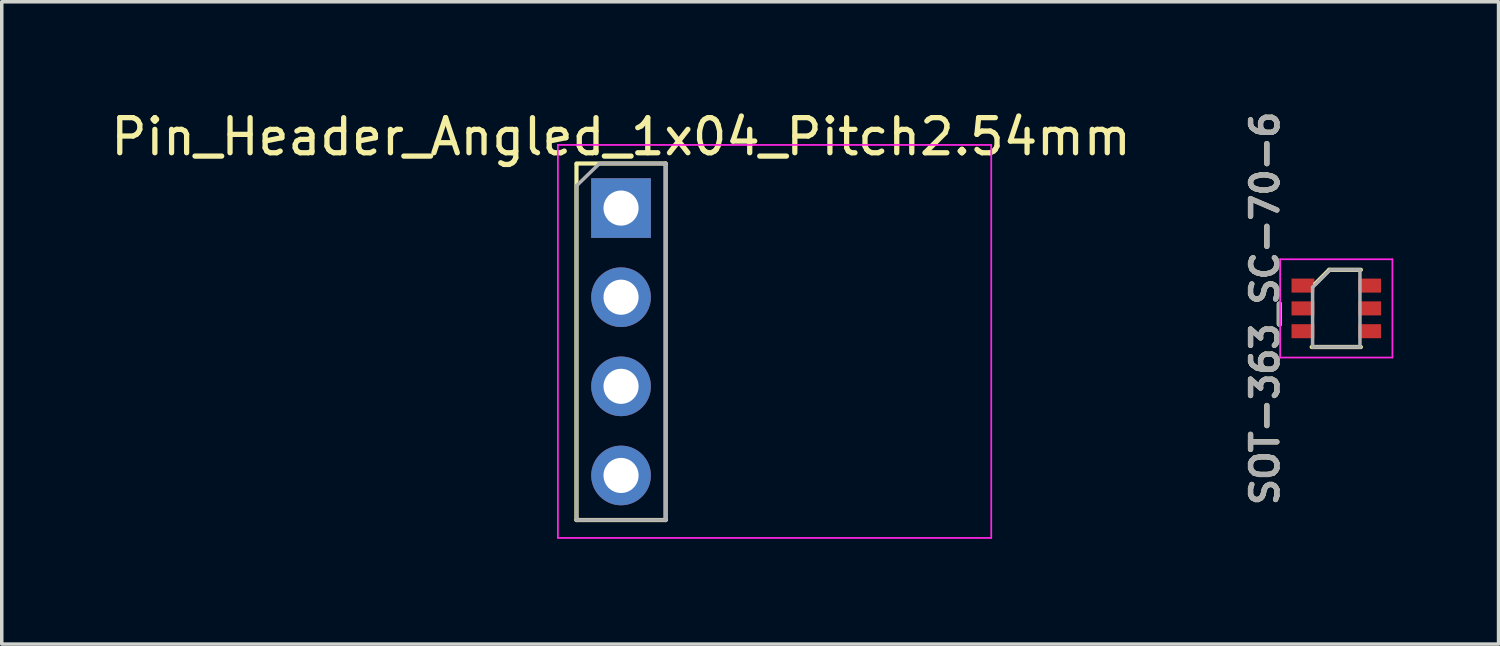
<source format=kicad_pcb>
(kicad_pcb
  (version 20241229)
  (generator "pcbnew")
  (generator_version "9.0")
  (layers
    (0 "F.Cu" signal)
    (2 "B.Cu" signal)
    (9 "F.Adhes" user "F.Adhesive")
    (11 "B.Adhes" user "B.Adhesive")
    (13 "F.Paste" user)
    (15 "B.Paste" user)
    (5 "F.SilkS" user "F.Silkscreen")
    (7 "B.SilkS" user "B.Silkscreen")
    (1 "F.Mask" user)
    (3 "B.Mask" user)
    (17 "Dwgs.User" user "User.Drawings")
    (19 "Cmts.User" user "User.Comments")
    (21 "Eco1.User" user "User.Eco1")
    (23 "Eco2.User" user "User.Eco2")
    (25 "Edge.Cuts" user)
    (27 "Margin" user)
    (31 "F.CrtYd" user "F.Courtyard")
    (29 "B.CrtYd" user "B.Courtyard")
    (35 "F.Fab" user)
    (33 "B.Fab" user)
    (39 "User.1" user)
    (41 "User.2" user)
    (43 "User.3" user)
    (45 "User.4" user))
  (footprint "SOT-363_SC-70-6"
    (layer "F.Cu")
    (at 35.032 5.739)
    (property "Reference" "SOT-363_SC-70-6" (at -2.032 0 90) (layer "F.SilkS") (effects (font (size 0.75 0.75) (thickness 0.15))))
    (attr smd)
    (fp_line (start -0.7 1.1) (end 0.7 1.1) (stroke (width 0.12) (type solid)) (layer "F.SilkS"))
    (fp_line (start -0.2 -1.1) (end -0.6 -0.7) (stroke (width 0.12) (type solid)) (layer "F.SilkS"))
    (fp_line (start 0.7 -1.1) (end -0.2 -1.1) (stroke (width 0.12) (type solid)) (layer "F.SilkS"))
    (fp_line (start -1.6 -1.4) (end -1.6 1.4) (stroke (width 0.05) (type solid)) (layer "F.CrtYd"))
    (fp_line (start -1.6 -1.4) (end 1.6 -1.4) (stroke (width 0.05) (type solid)) (layer "F.CrtYd"))
    (fp_line (start -1.6 1.4) (end 1.6 1.4) (stroke (width 0.05) (type solid)) (layer "F.CrtYd"))
    (fp_line (start 1.6 1.4) (end 1.6 -1.4) (stroke (width 0.05) (type solid)) (layer "F.CrtYd"))
    (fp_line (start -0.675 -0.6) (end -0.675 1.1) (stroke (width 0.1) (type solid)) (layer "F.Fab"))
    (fp_line (start -0.175 -1.1) (end -0.675 -0.6) (stroke (width 0.1) (type solid)) (layer "F.Fab"))
    (fp_line (start 0.675 -1.1) (end -0.175 -1.1) (stroke (width 0.1) (type solid)) (layer "F.Fab"))
    (fp_line (start 0.675 -1.1) (end 0.675 1.1) (stroke (width 0.1) (type solid)) (layer "F.Fab"))
    (fp_line (start 0.675 1.1) (end -0.675 1.1) (stroke (width 0.1) (type solid)) (layer "F.Fab"))
    (fp_text user "${REFERENCE}" (at -2.032 0 90) (layer "F.Fab") (effects (font (size 0.75 0.75) (thickness 0.15))))
    (pad "1" smd rect (at -0.95 -0.65) (size 0.65 0.4) (layers "F.Cu" "F.Mask" "F.Paste"))
    (pad "2" smd rect (at -0.95 0) (size 0.65 0.4) (layers "F.Cu" "F.Mask" "F.Paste"))
    (pad "3" smd rect (at -0.95 0.65) (size 0.65 0.4) (layers "F.Cu" "F.Mask" "F.Paste"))
    (pad "4" smd rect (at 0.95 0.65) (size 0.65 0.4) (layers "F.Cu" "F.Mask" "F.Paste"))
    (pad "5" smd rect (at 0.95 0) (size 0.65 0.4) (layers "F.Cu" "F.Mask" "F.Paste"))
    (pad "6" smd rect (at 0.95 -0.65) (size 0.65 0.4) (layers "F.Cu" "F.Mask" "F.Paste")))
  (footprint "Pin_Header_Angled_1x04_Pitch2.54mm"
    (layer "F.Cu")
    (at 14.649 2.88)
    (property "Reference" "Pin_Header_Angled_1x04_Pitch2.54mm" (at 0 -2.032 0) (layer "F.SilkS") (effects (font (size 1 1) (thickness 0.15))))
    (attr through_hole)
    (fp_line (start -1.27 -1.245) (end -1.27 8.89) (stroke (width 0.12) (type solid)) (layer "F.SilkS"))
    (fp_line (start -1.27 8.89) (end 1.27 8.89) (stroke (width 0.12) (type solid)) (layer "F.SilkS"))
    (fp_line (start 1.27 -1.27) (end -1.27 -1.27) (stroke (width 0.12) (type solid)) (layer "F.SilkS"))
    (fp_line (start 1.27 8.89) (end 1.27 -1.27) (stroke (width 0.12) (type solid)) (layer "F.SilkS"))
    (fp_line (start -1.8 -1.8) (end -1.8 9.4) (stroke (width 0.05) (type solid)) (layer "F.CrtYd"))
    (fp_line (start -1.8 9.4) (end 10.55 9.4) (stroke (width 0.05) (type solid)) (layer "F.CrtYd"))
    (fp_line (start 10.55 -1.8) (end -1.8 -1.8) (stroke (width 0.05) (type solid)) (layer "F.CrtYd"))
    (fp_line (start 10.55 9.4) (end 10.55 -1.8) (stroke (width 0.05) (type solid)) (layer "F.CrtYd"))
    (fp_line (start -1.27 -0.635) (end -0.615 -1.27) (stroke (width 0.1) (type solid)) (layer "F.Fab"))
    (fp_line (start -1.27 8.89) (end -1.27 -0.635) (stroke (width 0.1) (type solid)) (layer "F.Fab"))
    (fp_line (start -0.615 -1.27) (end 1.27 -1.27) (stroke (width 0.1) (type solid)) (layer "F.Fab"))
    (fp_line (start -0.32 -0.32) (end -0.32 0.32) (stroke (width 0.1) (type solid)) (layer "F.Fab"))
    (fp_line (start -0.32 2.22) (end -0.32 2.86) (stroke (width 0.1) (type solid)) (layer "F.Fab"))
    (fp_line (start -0.32 4.76) (end -0.32 5.4) (stroke (width 0.1) (type solid)) (layer "F.Fab"))
    (fp_line (start -0.32 7.3) (end -0.32 7.94) (stroke (width 0.1) (type solid)) (layer "F.Fab"))
    (fp_line (start 1.27 -1.27) (end 1.27 8.89) (stroke (width 0.1) (type solid)) (layer "F.Fab"))
    (fp_line (start 1.27 8.89) (end -1.27 8.89) (stroke (width 0.1) (type solid)) (layer "F.Fab"))
    (pad "1" thru_hole rect (at 0 0) (size 1.7 1.7) (drill 1) (layers "*.Cu" "*.Mask"))
    (pad "2" thru_hole oval (at 0 2.54) (size 1.7 1.7) (drill 1) (layers "*.Cu" "*.Mask"))
    (pad "3" thru_hole oval (at 0 5.08) (size 1.7 1.7) (drill 1) (layers "*.Cu" "*.Mask"))
    (pad "4" thru_hole oval (at 0 7.62) (size 1.7 1.7) (drill 1) (layers "*.Cu" "*.Mask")))
  (gr_rect
    (start -3 -3)
    (end 39.657 15.305)
    (stroke (width 0.1) (type default))
    (fill no)
    (layer "Edge.Cuts")))
</source>
